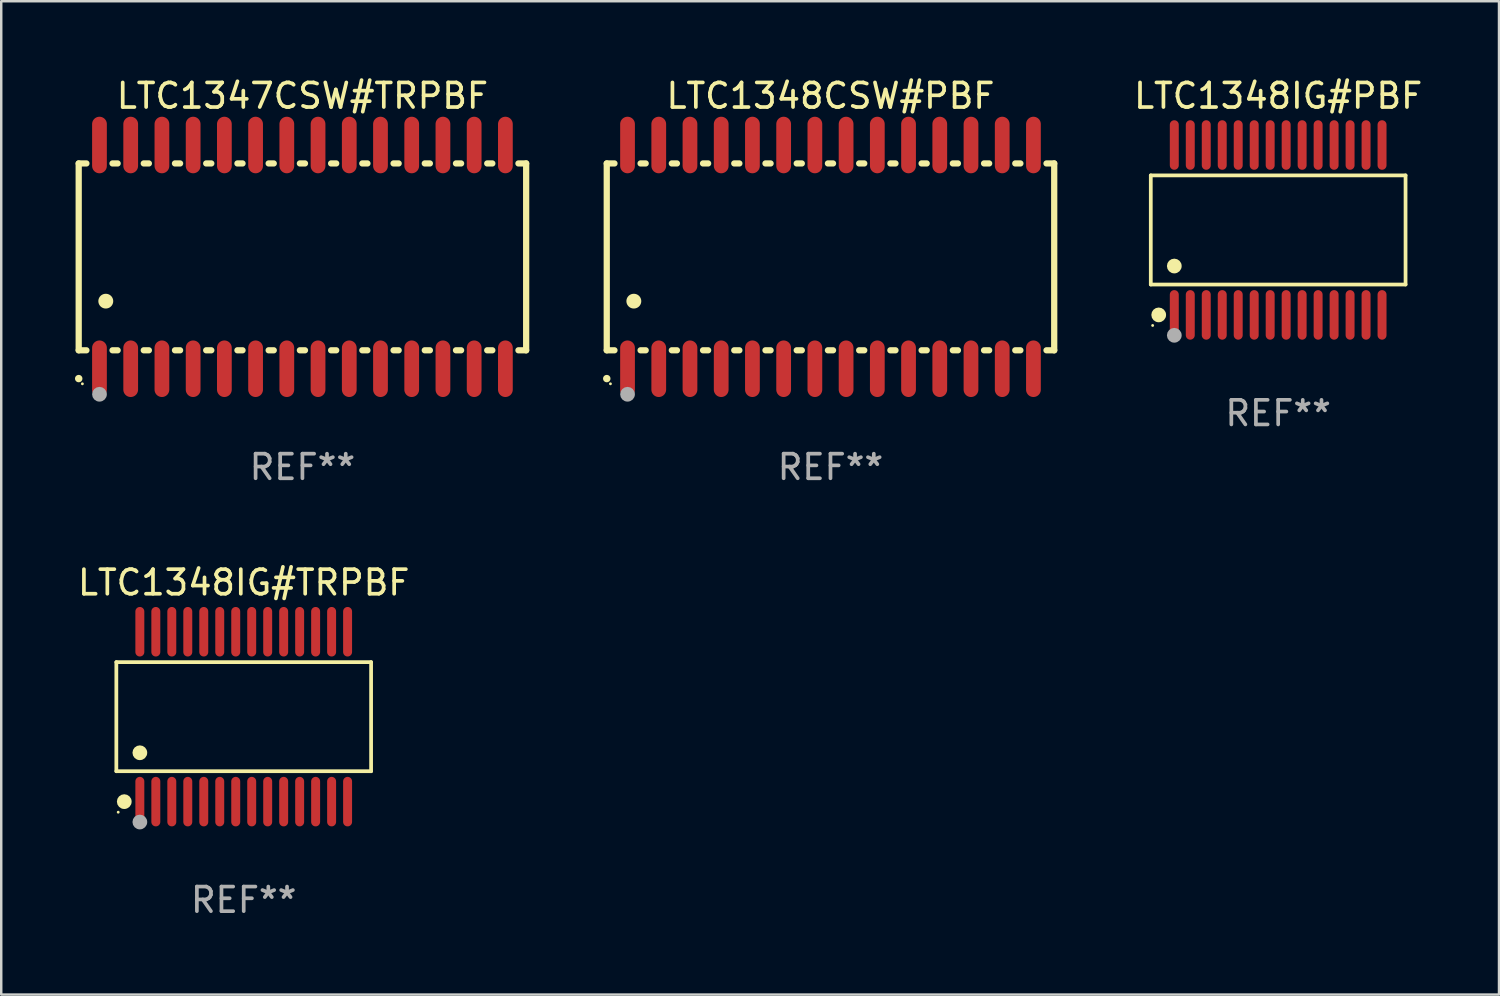
<source format=kicad_pcb>
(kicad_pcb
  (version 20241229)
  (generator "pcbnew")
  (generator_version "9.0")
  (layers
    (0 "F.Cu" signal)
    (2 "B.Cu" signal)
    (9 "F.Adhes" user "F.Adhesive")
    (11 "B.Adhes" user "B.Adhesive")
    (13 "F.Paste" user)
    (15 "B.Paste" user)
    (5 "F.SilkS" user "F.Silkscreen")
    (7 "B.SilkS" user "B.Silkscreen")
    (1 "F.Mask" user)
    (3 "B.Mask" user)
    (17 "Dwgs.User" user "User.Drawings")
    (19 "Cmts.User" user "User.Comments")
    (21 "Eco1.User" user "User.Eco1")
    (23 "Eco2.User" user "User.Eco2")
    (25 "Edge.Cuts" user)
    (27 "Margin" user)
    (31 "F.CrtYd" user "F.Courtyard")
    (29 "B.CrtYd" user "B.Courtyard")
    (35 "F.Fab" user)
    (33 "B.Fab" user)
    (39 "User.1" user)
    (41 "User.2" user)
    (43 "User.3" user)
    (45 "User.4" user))
  (footprint "LTC1347CSW#TRPBF"
    (layer "F.Cu")
    (at 9.251 7.398)
    (property "Reference" "LTC1347CSW#TRPBF" (at 0 -6.55 0) (layer "F.SilkS") (effects (font (size 1 1) (thickness 0.15))))
    (attr through_hole)
    (fp_line (start -9.1 -3.8) (end -9.1 3.8) (stroke (width 0.254) (type solid)) (layer "F.SilkS"))
    (fp_line (start -9.1 -3.8) (end -8.786 -3.8) (stroke (width 0.254) (type solid)) (layer "F.SilkS"))
    (fp_line (start -9.1 3.8) (end -8.786 3.8) (stroke (width 0.254) (type solid)) (layer "F.SilkS"))
    (fp_line (start -7.724 -3.8) (end -7.516 -3.8) (stroke (width 0.254) (type solid)) (layer "F.SilkS"))
    (fp_line (start -7.724 3.8) (end -7.516 3.8) (stroke (width 0.254) (type solid)) (layer "F.SilkS"))
    (fp_line (start -6.454 -3.8) (end -6.246 -3.8) (stroke (width 0.254) (type solid)) (layer "F.SilkS"))
    (fp_line (start -6.454 3.8) (end -6.246 3.8) (stroke (width 0.254) (type solid)) (layer "F.SilkS"))
    (fp_line (start -5.184 -3.8) (end -4.976 -3.8) (stroke (width 0.254) (type solid)) (layer "F.SilkS"))
    (fp_line (start -5.184 3.8) (end -4.976 3.8) (stroke (width 0.254) (type solid)) (layer "F.SilkS"))
    (fp_line (start -3.914 -3.8) (end -3.706 -3.8) (stroke (width 0.254) (type solid)) (layer "F.SilkS"))
    (fp_line (start -3.914 3.8) (end -3.706 3.8) (stroke (width 0.254) (type solid)) (layer "F.SilkS"))
    (fp_line (start -2.644 -3.8) (end -2.436 -3.8) (stroke (width 0.254) (type solid)) (layer "F.SilkS"))
    (fp_line (start -2.644 3.8) (end -2.436 3.8) (stroke (width 0.254) (type solid)) (layer "F.SilkS"))
    (fp_line (start -1.374 -3.8) (end -1.166 -3.8) (stroke (width 0.254) (type solid)) (layer "F.SilkS"))
    (fp_line (start -1.374 3.8) (end -1.166 3.8) (stroke (width 0.254) (type solid)) (layer "F.SilkS"))
    (fp_line (start -0.104 -3.8) (end 0.104 -3.8) (stroke (width 0.254) (type solid)) (layer "F.SilkS"))
    (fp_line (start -0.104 3.8) (end 0.104 3.8) (stroke (width 0.254) (type solid)) (layer "F.SilkS"))
    (fp_line (start 1.166 -3.8) (end 1.374 -3.8) (stroke (width 0.254) (type solid)) (layer "F.SilkS"))
    (fp_line (start 1.166 3.8) (end 1.374 3.8) (stroke (width 0.254) (type solid)) (layer "F.SilkS"))
    (fp_line (start 2.436 -3.8) (end 2.644 -3.8) (stroke (width 0.254) (type solid)) (layer "F.SilkS"))
    (fp_line (start 2.436 3.8) (end 2.644 3.8) (stroke (width 0.254) (type solid)) (layer "F.SilkS"))
    (fp_line (start 3.706 -3.8) (end 3.914 -3.8) (stroke (width 0.254) (type solid)) (layer "F.SilkS"))
    (fp_line (start 3.706 3.8) (end 3.914 3.8) (stroke (width 0.254) (type solid)) (layer "F.SilkS"))
    (fp_line (start 4.976 -3.8) (end 5.184 -3.8) (stroke (width 0.254) (type solid)) (layer "F.SilkS"))
    (fp_line (start 4.976 3.8) (end 5.184 3.8) (stroke (width 0.254) (type solid)) (layer "F.SilkS"))
    (fp_line (start 6.246 -3.8) (end 6.454 -3.8) (stroke (width 0.254) (type solid)) (layer "F.SilkS"))
    (fp_line (start 6.246 3.8) (end 6.454 3.8) (stroke (width 0.254) (type solid)) (layer "F.SilkS"))
    (fp_line (start 7.516 -3.8) (end 7.724 -3.8) (stroke (width 0.254) (type solid)) (layer "F.SilkS"))
    (fp_line (start 7.516 3.8) (end 7.724 3.8) (stroke (width 0.254) (type solid)) (layer "F.SilkS"))
    (fp_line (start 8.786 -3.8) (end 9.1 -3.8) (stroke (width 0.254) (type solid)) (layer "F.SilkS"))
    (fp_line (start 8.786 3.8) (end 9.1 3.8) (stroke (width 0.254) (type solid)) (layer "F.SilkS"))
    (fp_line (start 9.1 -3.8) (end 9.1 3.8) (stroke (width 0.254) (type solid)) (layer "F.SilkS"))
    (fp_arc (start -9.100864 4.95047) (mid -9.099594 4.950465) (end -9.098324 4.95047) (stroke (width 0.3) (type solid)) (layer "F.SilkS"))
    (fp_arc (start -8.001041 1.800864) (mid -7.998501 1.800853) (end -7.995961 1.800864) (stroke (width 0.6) (type solid)) (layer "F.SilkS"))
    (fp_circle (center -8.95 5.163) (end -8.92 5.163) (stroke (width 0.06) (type solid)) (fill no) (layer "F.SilkS"))
    (fp_circle (center -8.255 5.588) (end -8.105 5.588) (stroke (width 0.3) (type solid)) (fill no) (layer "F.Fab"))
    (fp_text user "REF**" (at 0 8.55 0) (layer "F.Fab") (effects (font (size 1 1) (thickness 0.15))))
    (pad "1" smd oval (at -8.255 4.55 180) (size 0.6 2.3) (layers "F.Cu" "F.Mask" "F.Paste"))
    (pad "2" smd oval (at -6.985 4.55 180) (size 0.6 2.3) (layers "F.Cu" "F.Mask" "F.Paste"))
    (pad "3" smd oval (at -5.715 4.55 180) (size 0.6 2.3) (layers "F.Cu" "F.Mask" "F.Paste"))
    (pad "4" smd oval (at -4.445 4.55 180) (size 0.6 2.3) (layers "F.Cu" "F.Mask" "F.Paste"))
    (pad "5" smd oval (at -3.175 4.55 180) (size 0.6 2.3) (layers "F.Cu" "F.Mask" "F.Paste"))
    (pad "6" smd oval (at -1.905 4.55 180) (size 0.6 2.3) (layers "F.Cu" "F.Mask" "F.Paste"))
    (pad "7" smd oval (at -0.635 4.55 180) (size 0.6 2.3) (layers "F.Cu" "F.Mask" "F.Paste"))
    (pad "8" smd oval (at 0.635 4.55 180) (size 0.6 2.3) (layers "F.Cu" "F.Mask" "F.Paste"))
    (pad "9" smd oval (at 1.905 4.55 180) (size 0.6 2.3) (layers "F.Cu" "F.Mask" "F.Paste"))
    (pad "10" smd oval (at 3.175 4.55 180) (size 0.6 2.3) (layers "F.Cu" "F.Mask" "F.Paste"))
    (pad "11" smd oval (at 4.445 4.55 180) (size 0.6 2.3) (layers "F.Cu" "F.Mask" "F.Paste"))
    (pad "12" smd oval (at 5.715 4.55 180) (size 0.6 2.3) (layers "F.Cu" "F.Mask" "F.Paste"))
    (pad "13" smd oval (at 6.985 4.55 180) (size 0.6 2.3) (layers "F.Cu" "F.Mask" "F.Paste"))
    (pad "14" smd oval (at 8.255 4.55 180) (size 0.6 2.3) (layers "F.Cu" "F.Mask" "F.Paste"))
    (pad "15" smd oval (at 8.255 -4.55 180) (size 0.6 2.3) (layers "F.Cu" "F.Mask" "F.Paste"))
    (pad "16" smd oval (at 6.985 -4.55 180) (size 0.6 2.3) (layers "F.Cu" "F.Mask" "F.Paste"))
    (pad "17" smd oval (at 5.715 -4.55 180) (size 0.6 2.3) (layers "F.Cu" "F.Mask" "F.Paste"))
    (pad "18" smd oval (at 4.445 -4.55 180) (size 0.6 2.3) (layers "F.Cu" "F.Mask" "F.Paste"))
    (pad "19" smd oval (at 3.175 -4.55 180) (size 0.6 2.3) (layers "F.Cu" "F.Mask" "F.Paste"))
    (pad "20" smd oval (at 1.905 -4.55 180) (size 0.6 2.3) (layers "F.Cu" "F.Mask" "F.Paste"))
    (pad "21" smd oval (at 0.635 -4.55 180) (size 0.6 2.3) (layers "F.Cu" "F.Mask" "F.Paste"))
    (pad "22" smd oval (at -0.635 -4.55 180) (size 0.6 2.3) (layers "F.Cu" "F.Mask" "F.Paste"))
    (pad "23" smd oval (at -1.905 -4.55 180) (size 0.6 2.3) (layers "F.Cu" "F.Mask" "F.Paste"))
    (pad "24" smd oval (at -3.175 -4.55 180) (size 0.6 2.3) (layers "F.Cu" "F.Mask" "F.Paste"))
    (pad "25" smd oval (at -4.445 -4.55 180) (size 0.6 2.3) (layers "F.Cu" "F.Mask" "F.Paste"))
    (pad "26" smd oval (at -5.715 -4.55 180) (size 0.6 2.3) (layers "F.Cu" "F.Mask" "F.Paste"))
    (pad "27" smd oval (at -6.985 -4.55 180) (size 0.6 2.3) (layers "F.Cu" "F.Mask" "F.Paste"))
    (pad "28" smd oval (at -8.255 -4.55 180) (size 0.6 2.3) (layers "F.Cu" "F.Mask" "F.Paste")))
  (footprint "LTC1348IG#PBF"
    (layer "F.Cu")
    (at 48.938 6.303)
    (property "Reference" "LTC1348IG#PBF" (at 0 -5.455 0) (layer "F.SilkS") (effects (font (size 1 1) (thickness 0.15))))
    (attr through_hole)
    (fp_line (start -5.181 -2.219) (end 5.181 -2.219) (stroke (width 0.152) (type solid)) (layer "F.SilkS"))
    (fp_line (start -5.181 2.219) (end -5.181 -2.219) (stroke (width 0.152) (type solid)) (layer "F.SilkS"))
    (fp_line (start 5.181 -2.219) (end 5.181 2.219) (stroke (width 0.152) (type solid)) (layer "F.SilkS"))
    (fp_line (start 5.181 2.219) (end -5.181 2.219) (stroke (width 0.152) (type solid)) (layer "F.SilkS"))
    (fp_circle (center -5.105 3.885) (end -5.075 3.885) (stroke (width 0.06) (type solid)) (fill no) (layer "F.SilkS"))
    (fp_circle (center -4.859 3.455) (end -4.709 3.455) (stroke (width 0.3) (type solid)) (fill no) (layer "F.SilkS"))
    (fp_circle (center -4.225 1.467) (end -4.075 1.467) (stroke (width 0.3) (type solid)) (fill no) (layer "F.SilkS"))
    (fp_circle (center -4.225 4.285) (end -4.075 4.285) (stroke (width 0.3) (type solid)) (fill no) (layer "F.Fab"))
    (fp_text user "REF**" (at 0 7.455 0) (layer "F.Fab") (effects (font (size 1 1) (thickness 0.15))))
    (pad "1" smd oval (at -4.225 3.455) (size 0.364 2.015) (layers "F.Cu" "F.Mask" "F.Paste"))
    (pad "2" smd oval (at -3.575 3.455) (size 0.364 2.015) (layers "F.Cu" "F.Mask" "F.Paste"))
    (pad "3" smd oval (at -2.925 3.455) (size 0.364 2.015) (layers "F.Cu" "F.Mask" "F.Paste"))
    (pad "4" smd oval (at -2.275 3.455) (size 0.364 2.015) (layers "F.Cu" "F.Mask" "F.Paste"))
    (pad "5" smd oval (at -1.625 3.455) (size 0.364 2.015) (layers "F.Cu" "F.Mask" "F.Paste"))
    (pad "6" smd oval (at -0.975 3.455) (size 0.364 2.015) (layers "F.Cu" "F.Mask" "F.Paste"))
    (pad "7" smd oval (at -0.325 3.455) (size 0.364 2.015) (layers "F.Cu" "F.Mask" "F.Paste"))
    (pad "8" smd oval (at 0.325 3.455) (size 0.364 2.015) (layers "F.Cu" "F.Mask" "F.Paste"))
    (pad "9" smd oval (at 0.975 3.455) (size 0.364 2.015) (layers "F.Cu" "F.Mask" "F.Paste"))
    (pad "10" smd oval (at 1.625 3.455) (size 0.364 2.015) (layers "F.Cu" "F.Mask" "F.Paste"))
    (pad "11" smd oval (at 2.275 3.455) (size 0.364 2.015) (layers "F.Cu" "F.Mask" "F.Paste"))
    (pad "12" smd oval (at 2.925 3.455) (size 0.364 2.015) (layers "F.Cu" "F.Mask" "F.Paste"))
    (pad "13" smd oval (at 3.575 3.455) (size 0.364 2.015) (layers "F.Cu" "F.Mask" "F.Paste"))
    (pad "14" smd oval (at 4.225 3.455) (size 0.364 2.015) (layers "F.Cu" "F.Mask" "F.Paste"))
    (pad "15" smd oval (at 4.225 -3.455) (size 0.364 2.015) (layers "F.Cu" "F.Mask" "F.Paste"))
    (pad "16" smd oval (at 3.575 -3.455) (size 0.364 2.015) (layers "F.Cu" "F.Mask" "F.Paste"))
    (pad "17" smd oval (at 2.925 -3.455) (size 0.364 2.015) (layers "F.Cu" "F.Mask" "F.Paste"))
    (pad "18" smd oval (at 2.275 -3.455) (size 0.364 2.015) (layers "F.Cu" "F.Mask" "F.Paste"))
    (pad "19" smd oval (at 1.625 -3.455) (size 0.364 2.015) (layers "F.Cu" "F.Mask" "F.Paste"))
    (pad "20" smd oval (at 0.975 -3.455) (size 0.364 2.015) (layers "F.Cu" "F.Mask" "F.Paste"))
    (pad "21" smd oval (at 0.325 -3.455) (size 0.364 2.015) (layers "F.Cu" "F.Mask" "F.Paste"))
    (pad "22" smd oval (at -0.325 -3.455) (size 0.364 2.015) (layers "F.Cu" "F.Mask" "F.Paste"))
    (pad "23" smd oval (at -0.975 -3.455) (size 0.364 2.015) (layers "F.Cu" "F.Mask" "F.Paste"))
    (pad "24" smd oval (at -1.625 -3.455) (size 0.364 2.015) (layers "F.Cu" "F.Mask" "F.Paste"))
    (pad "25" smd oval (at -2.275 -3.455) (size 0.364 2.015) (layers "F.Cu" "F.Mask" "F.Paste"))
    (pad "26" smd oval (at -2.925 -3.455) (size 0.364 2.015) (layers "F.Cu" "F.Mask" "F.Paste"))
    (pad "27" smd oval (at -3.575 -3.455) (size 0.364 2.015) (layers "F.Cu" "F.Mask" "F.Paste"))
    (pad "28" smd oval (at -4.225 -3.455) (size 0.364 2.015) (layers "F.Cu" "F.Mask" "F.Paste")))
  (footprint "LTC1348IG#TRPBF"
    (layer "F.Cu")
    (at 6.863 26.1)
    (property "Reference" "LTC1348IG#TRPBF" (at 0 -5.455 0) (layer "F.SilkS") (effects (font (size 1 1) (thickness 0.15))))
    (attr through_hole)
    (fp_line (start -5.181 -2.219) (end 5.181 -2.219) (stroke (width 0.152) (type solid)) (layer "F.SilkS"))
    (fp_line (start -5.181 2.219) (end -5.181 -2.219) (stroke (width 0.152) (type solid)) (layer "F.SilkS"))
    (fp_line (start 5.181 -2.219) (end 5.181 2.219) (stroke (width 0.152) (type solid)) (layer "F.SilkS"))
    (fp_line (start 5.181 2.219) (end -5.181 2.219) (stroke (width 0.152) (type solid)) (layer "F.SilkS"))
    (fp_circle (center -5.105 3.885) (end -5.075 3.885) (stroke (width 0.06) (type solid)) (fill no) (layer "F.SilkS"))
    (fp_circle (center -4.859 3.455) (end -4.709 3.455) (stroke (width 0.3) (type solid)) (fill no) (layer "F.SilkS"))
    (fp_circle (center -4.225 1.467) (end -4.075 1.467) (stroke (width 0.3) (type solid)) (fill no) (layer "F.SilkS"))
    (fp_circle (center -4.225 4.285) (end -4.075 4.285) (stroke (width 0.3) (type solid)) (fill no) (layer "F.Fab"))
    (fp_text user "REF**" (at 0 7.455 0) (layer "F.Fab") (effects (font (size 1 1) (thickness 0.15))))
    (pad "1" smd oval (at -4.225 3.455) (size 0.364 2.015) (layers "F.Cu" "F.Mask" "F.Paste"))
    (pad "2" smd oval (at -3.575 3.455) (size 0.364 2.015) (layers "F.Cu" "F.Mask" "F.Paste"))
    (pad "3" smd oval (at -2.925 3.455) (size 0.364 2.015) (layers "F.Cu" "F.Mask" "F.Paste"))
    (pad "4" smd oval (at -2.275 3.455) (size 0.364 2.015) (layers "F.Cu" "F.Mask" "F.Paste"))
    (pad "5" smd oval (at -1.625 3.455) (size 0.364 2.015) (layers "F.Cu" "F.Mask" "F.Paste"))
    (pad "6" smd oval (at -0.975 3.455) (size 0.364 2.015) (layers "F.Cu" "F.Mask" "F.Paste"))
    (pad "7" smd oval (at -0.325 3.455) (size 0.364 2.015) (layers "F.Cu" "F.Mask" "F.Paste"))
    (pad "8" smd oval (at 0.325 3.455) (size 0.364 2.015) (layers "F.Cu" "F.Mask" "F.Paste"))
    (pad "9" smd oval (at 0.975 3.455) (size 0.364 2.015) (layers "F.Cu" "F.Mask" "F.Paste"))
    (pad "10" smd oval (at 1.625 3.455) (size 0.364 2.015) (layers "F.Cu" "F.Mask" "F.Paste"))
    (pad "11" smd oval (at 2.275 3.455) (size 0.364 2.015) (layers "F.Cu" "F.Mask" "F.Paste"))
    (pad "12" smd oval (at 2.925 3.455) (size 0.364 2.015) (layers "F.Cu" "F.Mask" "F.Paste"))
    (pad "13" smd oval (at 3.575 3.455) (size 0.364 2.015) (layers "F.Cu" "F.Mask" "F.Paste"))
    (pad "14" smd oval (at 4.225 3.455) (size 0.364 2.015) (layers "F.Cu" "F.Mask" "F.Paste"))
    (pad "15" smd oval (at 4.225 -3.455) (size 0.364 2.015) (layers "F.Cu" "F.Mask" "F.Paste"))
    (pad "16" smd oval (at 3.575 -3.455) (size 0.364 2.015) (layers "F.Cu" "F.Mask" "F.Paste"))
    (pad "17" smd oval (at 2.925 -3.455) (size 0.364 2.015) (layers "F.Cu" "F.Mask" "F.Paste"))
    (pad "18" smd oval (at 2.275 -3.455) (size 0.364 2.015) (layers "F.Cu" "F.Mask" "F.Paste"))
    (pad "19" smd oval (at 1.625 -3.455) (size 0.364 2.015) (layers "F.Cu" "F.Mask" "F.Paste"))
    (pad "20" smd oval (at 0.975 -3.455) (size 0.364 2.015) (layers "F.Cu" "F.Mask" "F.Paste"))
    (pad "21" smd oval (at 0.325 -3.455) (size 0.364 2.015) (layers "F.Cu" "F.Mask" "F.Paste"))
    (pad "22" smd oval (at -0.325 -3.455) (size 0.364 2.015) (layers "F.Cu" "F.Mask" "F.Paste"))
    (pad "23" smd oval (at -0.975 -3.455) (size 0.364 2.015) (layers "F.Cu" "F.Mask" "F.Paste"))
    (pad "24" smd oval (at -1.625 -3.455) (size 0.364 2.015) (layers "F.Cu" "F.Mask" "F.Paste"))
    (pad "25" smd oval (at -2.275 -3.455) (size 0.364 2.015) (layers "F.Cu" "F.Mask" "F.Paste"))
    (pad "26" smd oval (at -2.925 -3.455) (size 0.364 2.015) (layers "F.Cu" "F.Mask" "F.Paste"))
    (pad "27" smd oval (at -3.575 -3.455) (size 0.364 2.015) (layers "F.Cu" "F.Mask" "F.Paste"))
    (pad "28" smd oval (at -4.225 -3.455) (size 0.364 2.015) (layers "F.Cu" "F.Mask" "F.Paste")))
  (footprint "LTC1348CSW#PBF"
    (layer "F.Cu")
    (at 30.729 7.398)
    (property "Reference" "LTC1348CSW#PBF" (at 0 -6.55 0) (layer "F.SilkS") (effects (font (size 1 1) (thickness 0.15))))
    (attr through_hole)
    (fp_line (start -9.1 -3.8) (end -9.1 3.8) (stroke (width 0.254) (type solid)) (layer "F.SilkS"))
    (fp_line (start -9.1 -3.8) (end -8.786 -3.8) (stroke (width 0.254) (type solid)) (layer "F.SilkS"))
    (fp_line (start -9.1 3.8) (end -8.786 3.8) (stroke (width 0.254) (type solid)) (layer "F.SilkS"))
    (fp_line (start -7.724 -3.8) (end -7.516 -3.8) (stroke (width 0.254) (type solid)) (layer "F.SilkS"))
    (fp_line (start -7.724 3.8) (end -7.516 3.8) (stroke (width 0.254) (type solid)) (layer "F.SilkS"))
    (fp_line (start -6.454 -3.8) (end -6.246 -3.8) (stroke (width 0.254) (type solid)) (layer "F.SilkS"))
    (fp_line (start -6.454 3.8) (end -6.246 3.8) (stroke (width 0.254) (type solid)) (layer "F.SilkS"))
    (fp_line (start -5.184 -3.8) (end -4.976 -3.8) (stroke (width 0.254) (type solid)) (layer "F.SilkS"))
    (fp_line (start -5.184 3.8) (end -4.976 3.8) (stroke (width 0.254) (type solid)) (layer "F.SilkS"))
    (fp_line (start -3.914 -3.8) (end -3.706 -3.8) (stroke (width 0.254) (type solid)) (layer "F.SilkS"))
    (fp_line (start -3.914 3.8) (end -3.706 3.8) (stroke (width 0.254) (type solid)) (layer "F.SilkS"))
    (fp_line (start -2.644 -3.8) (end -2.436 -3.8) (stroke (width 0.254) (type solid)) (layer "F.SilkS"))
    (fp_line (start -2.644 3.8) (end -2.436 3.8) (stroke (width 0.254) (type solid)) (layer "F.SilkS"))
    (fp_line (start -1.374 -3.8) (end -1.166 -3.8) (stroke (width 0.254) (type solid)) (layer "F.SilkS"))
    (fp_line (start -1.374 3.8) (end -1.166 3.8) (stroke (width 0.254) (type solid)) (layer "F.SilkS"))
    (fp_line (start -0.104 -3.8) (end 0.104 -3.8) (stroke (width 0.254) (type solid)) (layer "F.SilkS"))
    (fp_line (start -0.104 3.8) (end 0.104 3.8) (stroke (width 0.254) (type solid)) (layer "F.SilkS"))
    (fp_line (start 1.166 -3.8) (end 1.374 -3.8) (stroke (width 0.254) (type solid)) (layer "F.SilkS"))
    (fp_line (start 1.166 3.8) (end 1.374 3.8) (stroke (width 0.254) (type solid)) (layer "F.SilkS"))
    (fp_line (start 2.436 -3.8) (end 2.644 -3.8) (stroke (width 0.254) (type solid)) (layer "F.SilkS"))
    (fp_line (start 2.436 3.8) (end 2.644 3.8) (stroke (width 0.254) (type solid)) (layer "F.SilkS"))
    (fp_line (start 3.706 -3.8) (end 3.914 -3.8) (stroke (width 0.254) (type solid)) (layer "F.SilkS"))
    (fp_line (start 3.706 3.8) (end 3.914 3.8) (stroke (width 0.254) (type solid)) (layer "F.SilkS"))
    (fp_line (start 4.976 -3.8) (end 5.184 -3.8) (stroke (width 0.254) (type solid)) (layer "F.SilkS"))
    (fp_line (start 4.976 3.8) (end 5.184 3.8) (stroke (width 0.254) (type solid)) (layer "F.SilkS"))
    (fp_line (start 6.246 -3.8) (end 6.454 -3.8) (stroke (width 0.254) (type solid)) (layer "F.SilkS"))
    (fp_line (start 6.246 3.8) (end 6.454 3.8) (stroke (width 0.254) (type solid)) (layer "F.SilkS"))
    (fp_line (start 7.516 -3.8) (end 7.724 -3.8) (stroke (width 0.254) (type solid)) (layer "F.SilkS"))
    (fp_line (start 7.516 3.8) (end 7.724 3.8) (stroke (width 0.254) (type solid)) (layer "F.SilkS"))
    (fp_line (start 8.786 -3.8) (end 9.1 -3.8) (stroke (width 0.254) (type solid)) (layer "F.SilkS"))
    (fp_line (start 8.786 3.8) (end 9.1 3.8) (stroke (width 0.254) (type solid)) (layer "F.SilkS"))
    (fp_line (start 9.1 -3.8) (end 9.1 3.8) (stroke (width 0.254) (type solid)) (layer "F.SilkS"))
    (fp_arc (start -9.100864 4.95047) (mid -9.099594 4.950465) (end -9.098324 4.95047) (stroke (width 0.3) (type solid)) (layer "F.SilkS"))
    (fp_arc (start -8.001041 1.800864) (mid -7.998501 1.800853) (end -7.995961 1.800864) (stroke (width 0.6) (type solid)) (layer "F.SilkS"))
    (fp_circle (center -8.95 5.163) (end -8.92 5.163) (stroke (width 0.06) (type solid)) (fill no) (layer "F.SilkS"))
    (fp_circle (center -8.255 5.588) (end -8.105 5.588) (stroke (width 0.3) (type solid)) (fill no) (layer "F.Fab"))
    (fp_text user "REF**" (at 0 8.55 0) (layer "F.Fab") (effects (font (size 1 1) (thickness 0.15))))
    (pad "1" smd oval (at -8.255 4.55 180) (size 0.6 2.3) (layers "F.Cu" "F.Mask" "F.Paste"))
    (pad "2" smd oval (at -6.985 4.55 180) (size 0.6 2.3) (layers "F.Cu" "F.Mask" "F.Paste"))
    (pad "3" smd oval (at -5.715 4.55 180) (size 0.6 2.3) (layers "F.Cu" "F.Mask" "F.Paste"))
    (pad "4" smd oval (at -4.445 4.55 180) (size 0.6 2.3) (layers "F.Cu" "F.Mask" "F.Paste"))
    (pad "5" smd oval (at -3.175 4.55 180) (size 0.6 2.3) (layers "F.Cu" "F.Mask" "F.Paste"))
    (pad "6" smd oval (at -1.905 4.55 180) (size 0.6 2.3) (layers "F.Cu" "F.Mask" "F.Paste"))
    (pad "7" smd oval (at -0.635 4.55 180) (size 0.6 2.3) (layers "F.Cu" "F.Mask" "F.Paste"))
    (pad "8" smd oval (at 0.635 4.55 180) (size 0.6 2.3) (layers "F.Cu" "F.Mask" "F.Paste"))
    (pad "9" smd oval (at 1.905 4.55 180) (size 0.6 2.3) (layers "F.Cu" "F.Mask" "F.Paste"))
    (pad "10" smd oval (at 3.175 4.55 180) (size 0.6 2.3) (layers "F.Cu" "F.Mask" "F.Paste"))
    (pad "11" smd oval (at 4.445 4.55 180) (size 0.6 2.3) (layers "F.Cu" "F.Mask" "F.Paste"))
    (pad "12" smd oval (at 5.715 4.55 180) (size 0.6 2.3) (layers "F.Cu" "F.Mask" "F.Paste"))
    (pad "13" smd oval (at 6.985 4.55 180) (size 0.6 2.3) (layers "F.Cu" "F.Mask" "F.Paste"))
    (pad "14" smd oval (at 8.255 4.55 180) (size 0.6 2.3) (layers "F.Cu" "F.Mask" "F.Paste"))
    (pad "15" smd oval (at 8.255 -4.55 180) (size 0.6 2.3) (layers "F.Cu" "F.Mask" "F.Paste"))
    (pad "16" smd oval (at 6.985 -4.55 180) (size 0.6 2.3) (layers "F.Cu" "F.Mask" "F.Paste"))
    (pad "17" smd oval (at 5.715 -4.55 180) (size 0.6 2.3) (layers "F.Cu" "F.Mask" "F.Paste"))
    (pad "18" smd oval (at 4.445 -4.55 180) (size 0.6 2.3) (layers "F.Cu" "F.Mask" "F.Paste"))
    (pad "19" smd oval (at 3.175 -4.55 180) (size 0.6 2.3) (layers "F.Cu" "F.Mask" "F.Paste"))
    (pad "20" smd oval (at 1.905 -4.55 180) (size 0.6 2.3) (layers "F.Cu" "F.Mask" "F.Paste"))
    (pad "21" smd oval (at 0.635 -4.55 180) (size 0.6 2.3) (layers "F.Cu" "F.Mask" "F.Paste"))
    (pad "22" smd oval (at -0.635 -4.55 180) (size 0.6 2.3) (layers "F.Cu" "F.Mask" "F.Paste"))
    (pad "23" smd oval (at -1.905 -4.55 180) (size 0.6 2.3) (layers "F.Cu" "F.Mask" "F.Paste"))
    (pad "24" smd oval (at -3.175 -4.55 180) (size 0.6 2.3) (layers "F.Cu" "F.Mask" "F.Paste"))
    (pad "25" smd oval (at -4.445 -4.55 180) (size 0.6 2.3) (layers "F.Cu" "F.Mask" "F.Paste"))
    (pad "26" smd oval (at -5.715 -4.55 180) (size 0.6 2.3) (layers "F.Cu" "F.Mask" "F.Paste"))
    (pad "27" smd oval (at -6.985 -4.55 180) (size 0.6 2.3) (layers "F.Cu" "F.Mask" "F.Paste"))
    (pad "28" smd oval (at -8.255 -4.55 180) (size 0.6 2.3) (layers "F.Cu" "F.Mask" "F.Paste")))
  (gr_rect
    (start -3 -3)
    (end 57.92 37.403)
    (stroke (width 0.1) (type default))
    (fill no)
    (layer "Edge.Cuts")))
</source>
